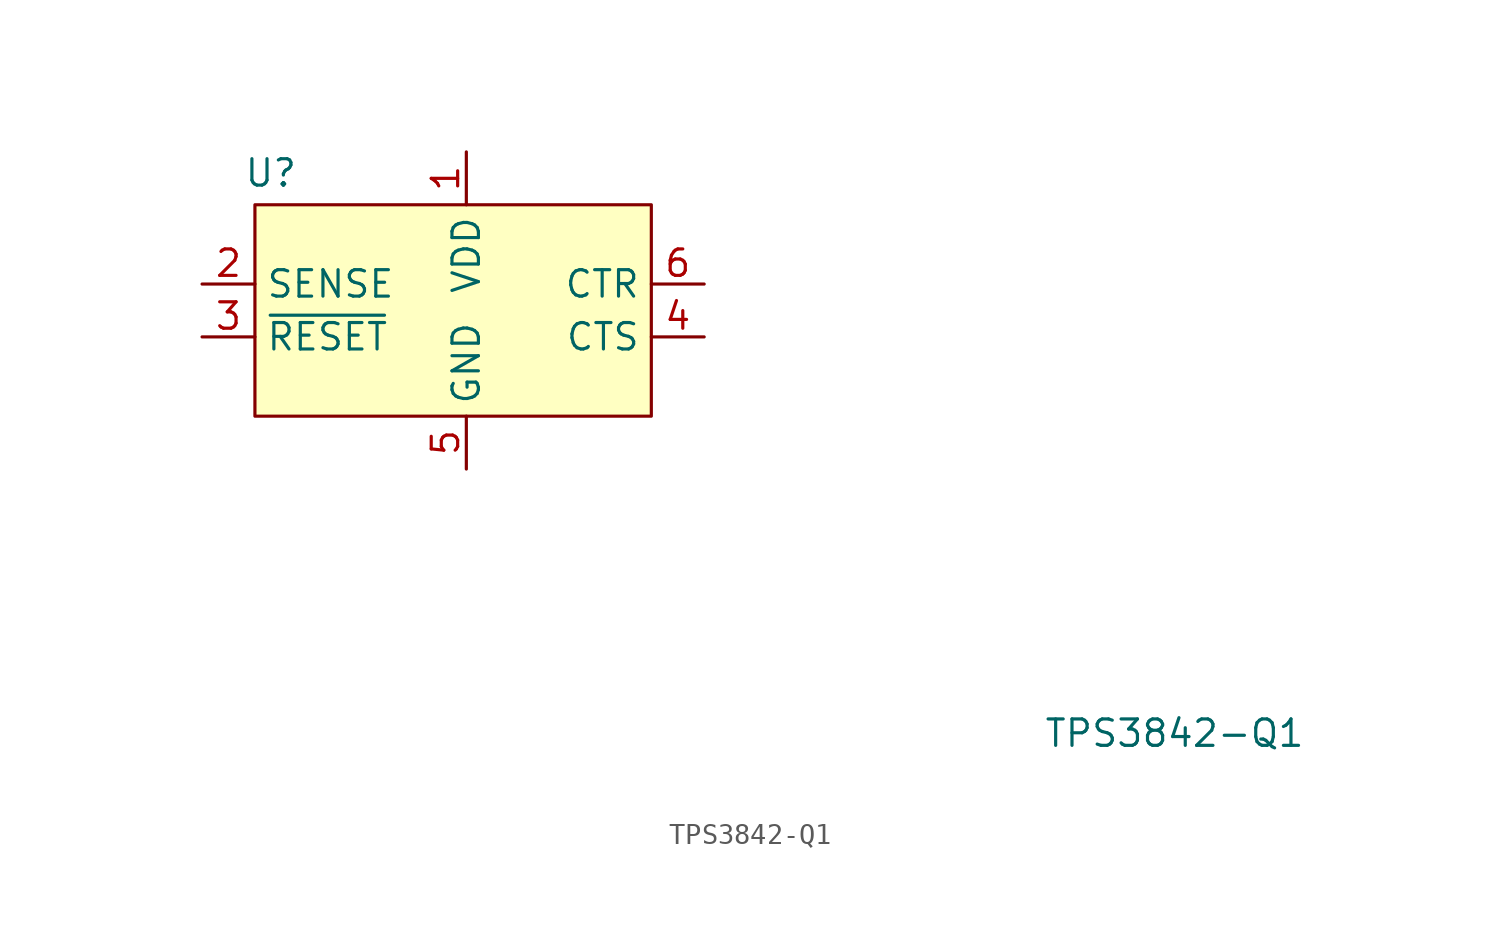
<source format=kicad_sym>
(kicad_symbol_lib
  (version 20241209)
  (generator "kicad_symbol_editor")
  (generator_version "9.0")
  (symbol "TPS3842-Q1"
    (property "Reference" "U"
      (at -9.398 6.604 0)
      (effects (font (size 1.27 1.27))))
    (property "Value" "TPS3842-Q1"
      (at 34.036 -20.32 0)
      (effects (font (size 1.27 1.27))))
    (symbol "TPS3842-Q1_1_0"
      (pin input line (at -12.7 1.27 0) (length 2.54) (name "SENSE" (effects (font (size 1.27 1.27)))) (number "2" (effects (font (size 1.27 1.27)))))
      (pin output line (at -12.7 -1.27 0) (length 2.54) (name "~{RESET}" (effects (font (size 1.27 1.27)))) (number "3" (effects (font (size 1.27 1.27)))))
      (pin power_in line (at 0 -7.62 90) (length 2.54) (name "GND" (effects (font (size 1.27 1.27)))) (number "5" (effects (font (size 1.27 1.27)))))
      (pin input line (at 11.43 1.27 180) (length 2.54) (name "CTR" (effects (font (size 1.27 1.27)))) (number "6" (effects (font (size 1.27 1.27)))))
      (pin input line (at 11.43 -1.27 180) (length 2.54) (name "CTS" (effects (font (size 1.27 1.27)))) (number "4" (effects (font (size 1.27 1.27))))))
    (symbol "TPS3842-Q1_1_1"
      (rectangle (start -10.16 5.08) (end 8.89 -5.08) (stroke (width 0) (type solid)) (fill (type background)))
      (pin power_in line (at 0 7.62 270) (length 2.54) (name "VDD" (effects (font (size 1.27 1.27)))) (number "1" (effects (font (size 1.27 1.27))))))))
</source>
